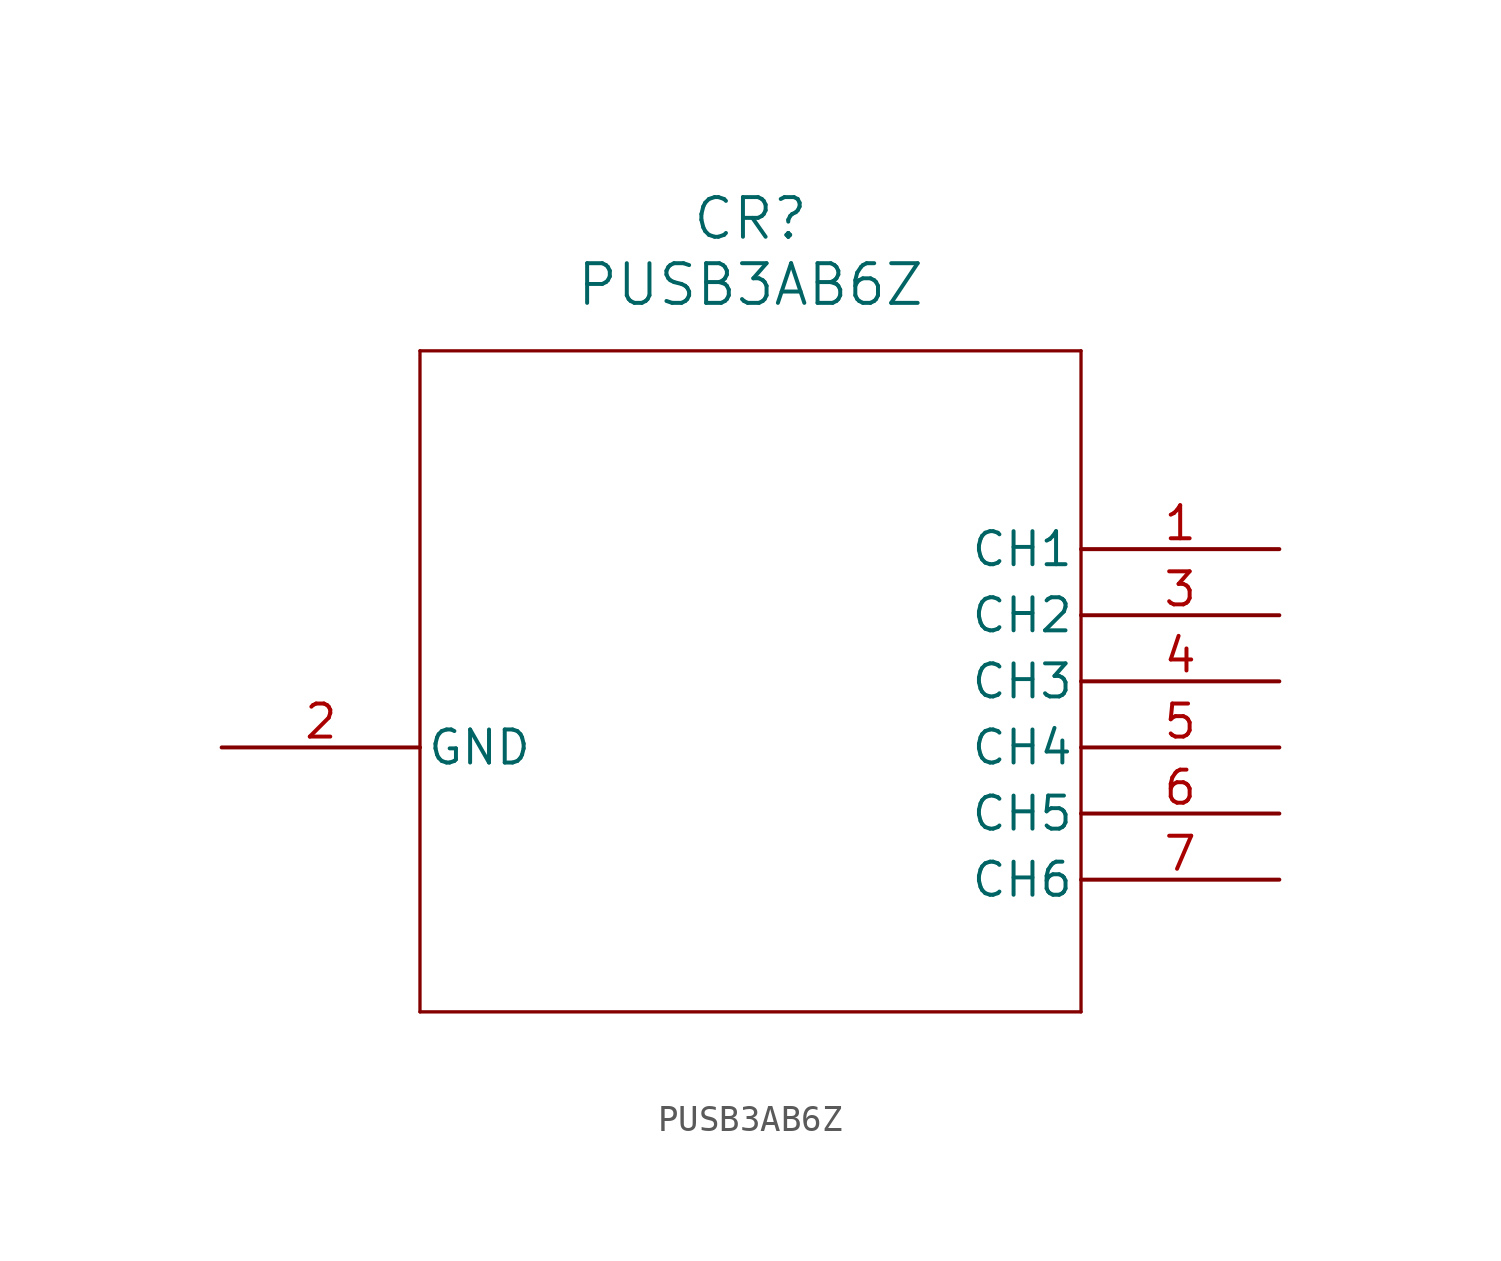
<source format=kicad_sym>
(kicad_symbol_lib
  (version 20231120)
  (generator "kicad_symbol_editor")
  (generator_version "8.0")
  (symbol "PUSB3AB6Z"
    (pin_names
      (offset 0.254))
    (property "Reference" "CR"
      (at 0 17.78 0)
      (effects (font (size 1.524 1.524))))
    (property "Value" "PUSB3AB6Z"
      (at 0 15.24 0)
      (effects (font (size 1.524 1.524))))
    (property "ki_locked" ""
      (at 0 0 0)
      (effects (font (size 1.27 1.27))))
    (symbol "PUSB3AB6Z_0_1"
      (polyline (pts (xy -12.7 -12.7) (xy 12.7 -12.7)) (stroke (width 0.127) (type default)) (fill (type none)))
      (polyline (pts (xy -12.7 12.7) (xy -12.7 -12.7)) (stroke (width 0.127) (type default)) (fill (type none)))
      (polyline (pts (xy 12.7 -12.7) (xy 12.7 12.7)) (stroke (width 0.127) (type default)) (fill (type none)))
      (polyline (pts (xy 12.7 12.7) (xy -12.7 12.7)) (stroke (width 0.127) (type default)) (fill (type none)))
      (pin unspecified line (at 20.32 5.08 180) (length 7.62) (name "CH1" (effects (font (size 1.27 1.27)))) (number "1" (effects (font (size 1.27 1.27)))))
      (pin unspecified line (at -20.32 -2.54 0) (length 7.62) (name "GND" (effects (font (size 1.27 1.27)))) (number "2" (effects (font (size 1.27 1.27)))))
      (pin unspecified line (at 20.32 2.54 180) (length 7.62) (name "CH2" (effects (font (size 1.27 1.27)))) (number "3" (effects (font (size 1.27 1.27)))))
      (pin unspecified line (at 20.32 0 180) (length 7.62) (name "CH3" (effects (font (size 1.27 1.27)))) (number "4" (effects (font (size 1.27 1.27)))))
      (pin unspecified line (at 20.32 -2.54 180) (length 7.62) (name "CH4" (effects (font (size 1.27 1.27)))) (number "5" (effects (font (size 1.27 1.27)))))
      (pin unspecified line (at 20.32 -5.08 180) (length 7.62) (name "CH5" (effects (font (size 1.27 1.27)))) (number "6" (effects (font (size 1.27 1.27)))))
      (pin unspecified line (at 20.32 -7.62 180) (length 7.62) (name "CH6" (effects (font (size 1.27 1.27)))) (number "7" (effects (font (size 1.27 1.27))))))))
</source>
